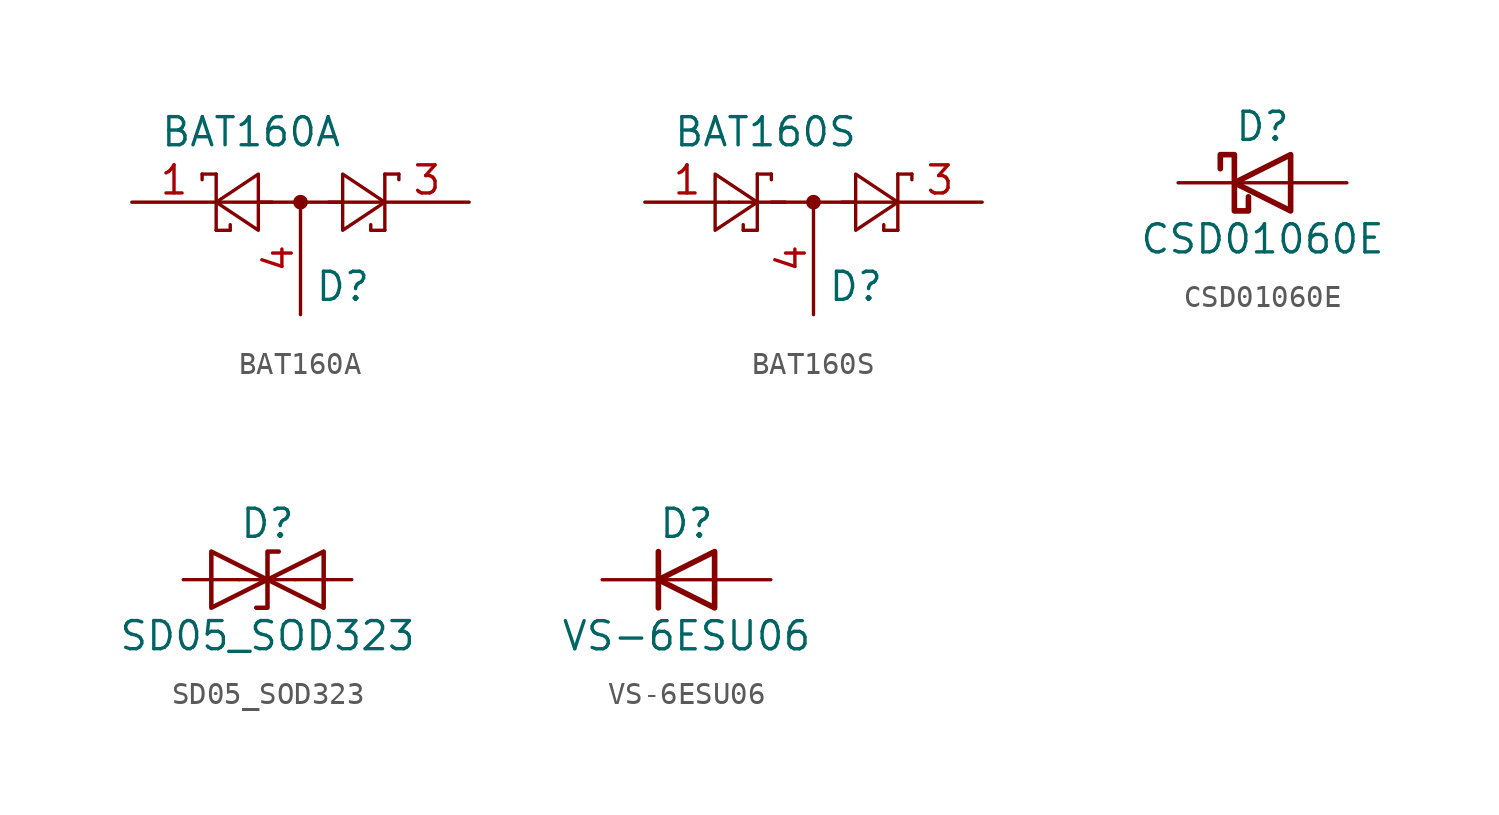
<source format=kicad_sym>
(kicad_symbol_lib
  (version 20220914)
  (generator kicad_symbol_editor)
  (symbol "BAT160A"
    (property "Reference" "D"
      (at 0.635 -3.81 0)
      (effects (font (size 1.27 1.27)) (justify left)))
    (property "Value" "BAT160A"
      (at -6.35 3.175 0)
      (effects (font (size 1.27 1.27)) (justify left)))
    (symbol "BAT160A_0_1"
      (polyline (pts (xy -4.445 1.27) (xy -4.445 1.016)) (stroke (width 0) (type default)) (fill (type none)))
      (polyline (pts (xy -3.81 -1.27) (xy -3.81 1.27)) (stroke (width 0) (type default)) (fill (type none)))
      (polyline (pts (xy -3.81 -1.27) (xy -3.175 -1.27)) (stroke (width 0) (type default)) (fill (type none)))
      (polyline (pts (xy -3.81 0) (xy -1.27 0)) (stroke (width 0) (type default)) (fill (type none)))
      (polyline (pts (xy -3.81 1.27) (xy -4.445 1.27)) (stroke (width 0) (type default)) (fill (type none)))
      (polyline (pts (xy -3.175 -1.27) (xy -3.175 -1.016)) (stroke (width 0) (type default)) (fill (type none)))
      (polyline (pts (xy -1.905 0) (xy 1.905 0)) (stroke (width 0) (type default)) (fill (type none)))
      (polyline (pts (xy 1.27 0) (xy 3.81 0)) (stroke (width 0) (type default)) (fill (type none)))
      (polyline (pts (xy 3.175 -1.27) (xy 3.175 -1.016)) (stroke (width 0) (type default)) (fill (type none)))
      (polyline (pts (xy 3.81 -1.27) (xy 3.175 -1.27)) (stroke (width 0) (type default)) (fill (type none)))
      (polyline (pts (xy 3.81 -1.27) (xy 3.81 1.27)) (stroke (width 0) (type default)) (fill (type none)))
      (polyline (pts (xy 3.81 1.27) (xy 4.445 1.27)) (stroke (width 0) (type default)) (fill (type none)))
      (polyline (pts (xy 4.445 1.27) (xy 4.445 1.016)) (stroke (width 0) (type default)) (fill (type none)))
      (polyline (pts (xy -1.905 1.27) (xy -1.905 -1.27) (xy -3.81 0) (xy -1.905 1.27)) (stroke (width 0) (type default)) (fill (type none)))
      (polyline (pts (xy 1.905 1.27) (xy 1.905 -1.27) (xy 3.81 0) (xy 1.905 1.27)) (stroke (width 0) (type default)) (fill (type none)))
      (circle (center 0 0) (radius 0.254) (stroke (width 0) (type default)) (fill (type outline))))
    (symbol "BAT160A_1_1"
      (pin passive line (at -7.62 0 0) (length 3.81) (name "~" (effects (font (size 1.27 1.27)))) (number "1" (effects (font (size 1.27 1.27)))))
      (pin no_connect line (at 0 0 270) (length 2.54) hide (name "NC" (effects (font (size 1.27 1.27)))) (number "2" (effects (font (size 1.27 1.27)))))
      (pin passive line (at 7.62 0 180) (length 3.81) (name "~" (effects (font (size 1.27 1.27)))) (number "3" (effects (font (size 1.27 1.27)))))
      (pin passive line (at 0 -5.08 90) (length 5.08) (name "~" (effects (font (size 1.27 1.27)))) (number "4" (effects (font (size 1.27 1.27)))))))
  (symbol "BAT160S"
    (property "Reference" "D"
      (at 0.635 -3.81 0)
      (effects (font (size 1.27 1.27)) (justify left)))
    (property "Value" "BAT160S"
      (at -6.35 3.175 0)
      (effects (font (size 1.27 1.27)) (justify left)))
    (symbol "BAT160S_0_1"
      (polyline (pts (xy -3.81 0) (xy -1.27 0)) (stroke (width 0) (type default)) (fill (type none)))
      (polyline (pts (xy -3.175 -1.27) (xy -3.175 -1.016)) (stroke (width 0) (type default)) (fill (type none)))
      (polyline (pts (xy -2.54 -1.27) (xy -3.175 -1.27)) (stroke (width 0) (type default)) (fill (type none)))
      (polyline (pts (xy -2.54 -1.27) (xy -2.54 1.27)) (stroke (width 0) (type default)) (fill (type none)))
      (polyline (pts (xy -2.54 1.27) (xy -1.905 1.27)) (stroke (width 0) (type default)) (fill (type none)))
      (polyline (pts (xy -1.905 0) (xy 1.905 0)) (stroke (width 0) (type default)) (fill (type none)))
      (polyline (pts (xy -1.905 1.27) (xy -1.905 1.016)) (stroke (width 0) (type default)) (fill (type none)))
      (polyline (pts (xy 1.27 0) (xy 3.81 0)) (stroke (width 0) (type default)) (fill (type none)))
      (polyline (pts (xy 3.175 -1.27) (xy 3.175 -1.016)) (stroke (width 0) (type default)) (fill (type none)))
      (polyline (pts (xy 3.81 -1.27) (xy 3.175 -1.27)) (stroke (width 0) (type default)) (fill (type none)))
      (polyline (pts (xy 3.81 -1.27) (xy 3.81 1.27)) (stroke (width 0) (type default)) (fill (type none)))
      (polyline (pts (xy 3.81 1.27) (xy 4.445 1.27)) (stroke (width 0) (type default)) (fill (type none)))
      (polyline (pts (xy 4.445 1.27) (xy 4.445 1.016)) (stroke (width 0) (type default)) (fill (type none)))
      (polyline (pts (xy -4.445 1.27) (xy -4.445 -1.27) (xy -2.54 0) (xy -4.445 1.27)) (stroke (width 0) (type default)) (fill (type none)))
      (polyline (pts (xy 1.905 1.27) (xy 1.905 -1.27) (xy 3.81 0) (xy 1.905 1.27)) (stroke (width 0) (type default)) (fill (type none)))
      (circle (center 0 0) (radius 0.254) (stroke (width 0) (type default)) (fill (type outline))))
    (symbol "BAT160S_1_1"
      (pin passive line (at -7.62 0 0) (length 3.81) (name "~" (effects (font (size 1.27 1.27)))) (number "1" (effects (font (size 1.27 1.27)))))
      (pin no_connect line (at 0 0 270) (length 2.54) hide (name "NC" (effects (font (size 1.27 1.27)))) (number "2" (effects (font (size 1.27 1.27)))))
      (pin passive line (at 7.62 0 180) (length 3.81) (name "~" (effects (font (size 1.27 1.27)))) (number "3" (effects (font (size 1.27 1.27)))))
      (pin passive line (at 0 -5.08 90) (length 5.08) (name "~" (effects (font (size 1.27 1.27)))) (number "4" (effects (font (size 1.27 1.27)))))))
  (symbol "CSD01060E"
    (pin_numbers hide)
    (pin_names
      (offset 1.016) hide)
    (property "Reference" "D"
      (at 0 2.54 0)
      (effects (font (size 1.27 1.27))))
    (property "Value" "CSD01060E"
      (at 0 -2.54 0)
      (effects (font (size 1.27 1.27))))
    (symbol "CSD01060E_0_1"
      (polyline (pts (xy 1.27 0) (xy -1.27 0)) (stroke (width 0) (type default)) (fill (type none)))
      (polyline (pts (xy 1.27 1.27) (xy 1.27 -1.27) (xy -1.27 0) (xy 1.27 1.27)) (stroke (width 0.254) (type default)) (fill (type none)))
      (polyline (pts (xy -1.905 0.635) (xy -1.905 1.27) (xy -1.27 1.27) (xy -1.27 -1.27) (xy -0.635 -1.27) (xy -0.635 -0.635)) (stroke (width 0.254) (type default)) (fill (type none))))
    (symbol "CSD01060E_1_1"
      (pin passive line (at -3.81 0 0) (length 2.54) (name "K" (effects (font (size 1.27 1.27)))) (number "1" (effects (font (size 1.27 1.27)))))
      (pin passive line (at 3.81 0 180) (length 2.54) (name "A" (effects (font (size 1.27 1.27)))) (number "2" (effects (font (size 1.27 1.27)))))))
  (symbol "SD05_SOD323"
    (pin_numbers hide)
    (pin_names
      (offset 1.016) hide)
    (property "Reference" "D"
      (at 0 2.54 0)
      (effects (font (size 1.27 1.27))))
    (property "Value" "SD05_SOD323"
      (at 0 -2.54 0)
      (effects (font (size 1.27 1.27))))
    (symbol "SD05_SOD323_0_1"
      (polyline (pts (xy 1.27 0) (xy -1.27 0)) (stroke (width 0) (type default)) (fill (type none)))
      (polyline (pts (xy -2.54 -1.27) (xy 0 0) (xy -2.54 1.27) (xy -2.54 -1.27)) (stroke (width 0.203) (type default)) (fill (type none)))
      (polyline (pts (xy 0.508 1.27) (xy 0 1.27) (xy 0 -1.27) (xy -0.508 -1.27)) (stroke (width 0.203) (type default)) (fill (type none)))
      (polyline (pts (xy 2.54 1.27) (xy 2.54 -1.27) (xy 0 0) (xy 2.54 1.27)) (stroke (width 0.203) (type default)) (fill (type none))))
    (symbol "SD05_SOD323_1_1"
      (pin passive line (at -3.81 0 0) (length 2.54) (name "A1" (effects (font (size 1.27 1.27)))) (number "1" (effects (font (size 1.27 1.27)))))
      (pin passive line (at 3.81 0 180) (length 2.54) (name "A2" (effects (font (size 1.27 1.27)))) (number "2" (effects (font (size 1.27 1.27)))))))
  (symbol "VS-6ESU06"
    (pin_numbers hide)
    (pin_names hide)
    (property "Reference" "D"
      (at 0 2.54 0)
      (effects (font (size 1.27 1.27))))
    (property "Value" "VS-6ESU06"
      (at 0 -2.54 0)
      (effects (font (size 1.27 1.27))))
    (symbol "VS-6ESU06_0_1"
      (polyline (pts (xy -1.27 1.27) (xy -1.27 -1.27)) (stroke (width 0.254) (type default)) (fill (type none)))
      (polyline (pts (xy 1.27 0) (xy -1.27 0)) (stroke (width 0) (type default)) (fill (type none)))
      (polyline (pts (xy 1.27 1.27) (xy 1.27 -1.27) (xy -1.27 0) (xy 1.27 1.27)) (stroke (width 0.254) (type default)) (fill (type none))))
    (symbol "VS-6ESU06_1_1"
      (pin passive line (at 3.81 0 180) (length 2.54) (name "A" (effects (font (size 1.27 1.27)))) (number "1" (effects (font (size 1.27 1.27)))))
      (pin passive line (at 3.81 0 180) (length 2.54) hide (name "A" (effects (font (size 1.27 1.27)))) (number "2" (effects (font (size 1.27 1.27)))))
      (pin passive line (at -3.81 0 0) (length 2.54) (name "K" (effects (font (size 1.27 1.27)))) (number "3" (effects (font (size 1.27 1.27))))))))
</source>
